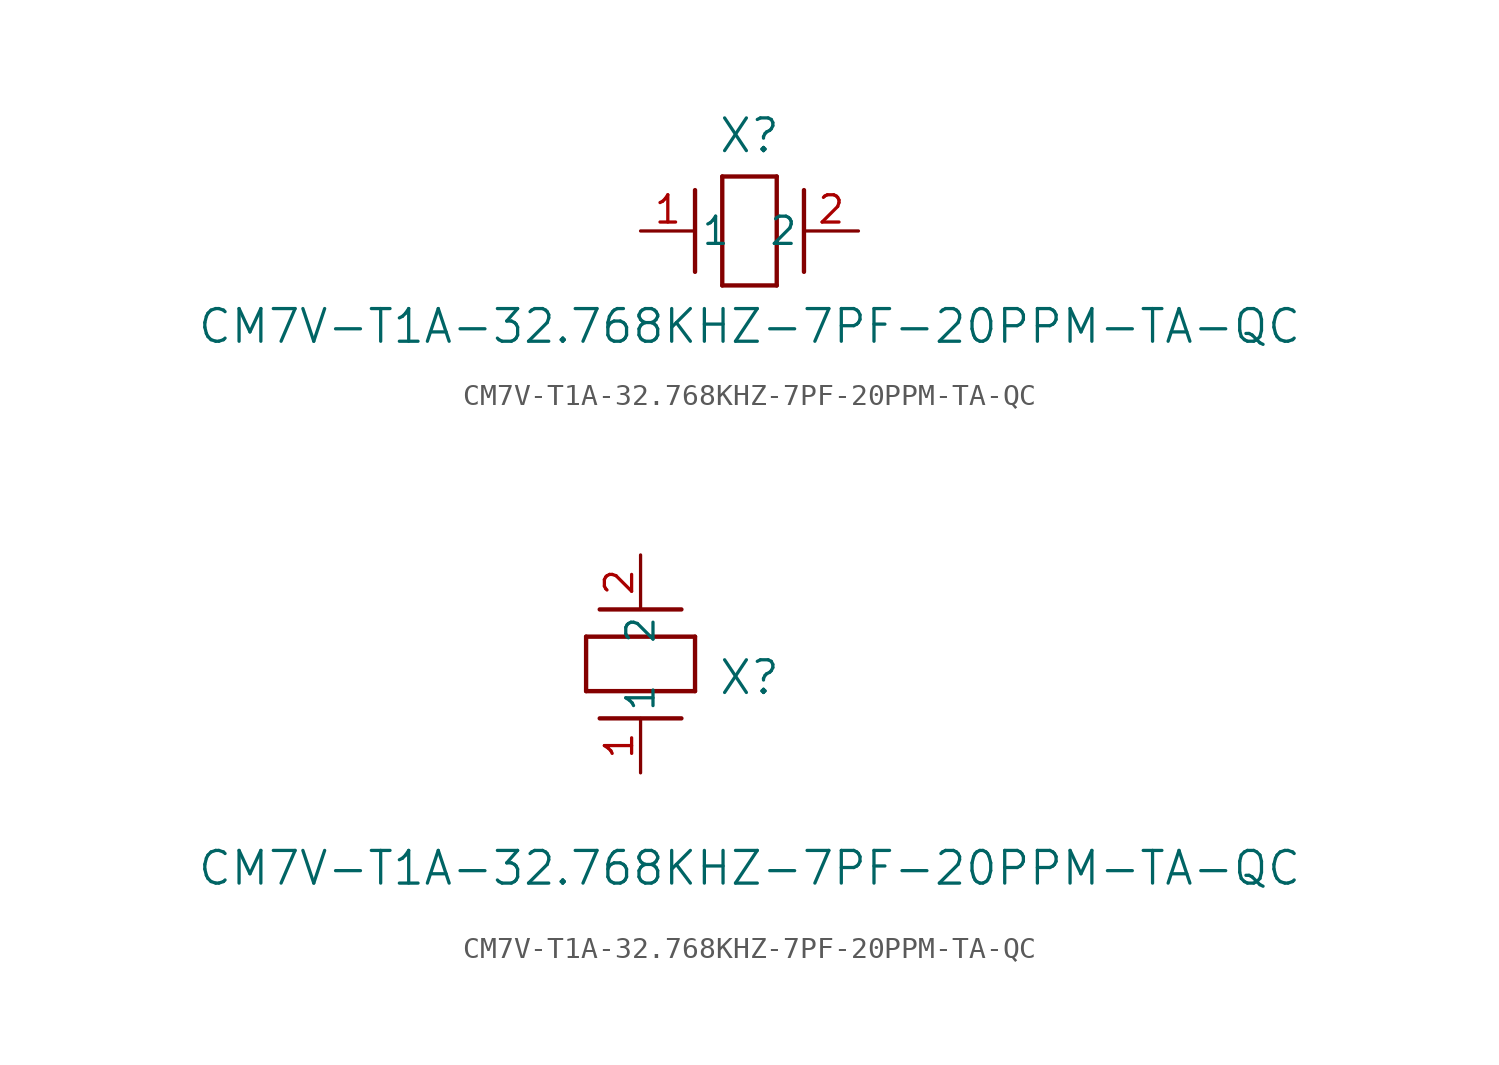
<source format=kicad_sym>
(kicad_symbol_lib
  (version 20211014)
  (generator kicad_symbol_editor)
  (symbol "CM7V-T1A-32.768KHZ-7PF-20PPM-TA-QC"
    (pin_names
      (offset 0.254))
    (property "Reference" "X"
      (at 5.08 4.445 0)
      (effects (font (size 1.524 1.524))))
    (property "Value" "CM7V-T1A-32.768KHZ-7PF-20PPM-TA-QC"
      (at 5.08 -4.445 0)
      (effects (font (size 1.524 1.524))))
    (symbol "CM7V-T1A-32.768KHZ-7PF-20PPM-TA-QC_1_1"
      (polyline (pts (xy 2.54 -1.905) (xy 2.54 1.905)) (stroke (width 0.203) (type default) (color 0 0 0 0)) (fill (type none)))
      (polyline (pts (xy 6.35 2.54) (xy 6.35 -2.54)) (stroke (width 0.203) (type default) (color 0 0 0 0)) (fill (type none)))
      (polyline (pts (xy 7.62 -1.905) (xy 7.62 1.905)) (stroke (width 0.203) (type default) (color 0 0 0 0)) (fill (type none)))
      (polyline (pts (xy 6.35 -2.54) (xy 3.81 -2.54)) (stroke (width 0.203) (type default) (color 0 0 0 0)) (fill (type none)))
      (polyline (pts (xy 3.81 2.54) (xy 6.35 2.54)) (stroke (width 0.203) (type default) (color 0 0 0 0)) (fill (type none)))
      (polyline (pts (xy 3.81 -2.54) (xy 3.81 2.54)) (stroke (width 0.203) (type default) (color 0 0 0 0)) (fill (type none)))
      (pin unspecified line (at 0 0 0) (length 2.54) (name "1" (effects (font (size 1.27 1.27)))) (number "1" (effects (font (size 1.27 1.27)))))
      (pin unspecified line (at 10.16 0 180) (length 2.54) (name "2" (effects (font (size 1.27 1.27)))) (number "2" (effects (font (size 1.27 1.27))))))
    (symbol "CM7V-T1A-32.768KHZ-7PF-20PPM-TA-QC_1_2"
      (polyline (pts (xy 1.905 7.62) (xy -1.905 7.62)) (stroke (width 0.203) (type default) (color 0 0 0 0)) (fill (type none)))
      (polyline (pts (xy -2.54 3.81) (xy -2.54 6.35)) (stroke (width 0.203) (type default) (color 0 0 0 0)) (fill (type none)))
      (polyline (pts (xy 1.905 2.54) (xy -1.905 2.54)) (stroke (width 0.203) (type default) (color 0 0 0 0)) (fill (type none)))
      (polyline (pts (xy 2.54 6.35) (xy 2.54 3.81)) (stroke (width 0.203) (type default) (color 0 0 0 0)) (fill (type none)))
      (polyline (pts (xy -2.54 6.35) (xy 2.54 6.35)) (stroke (width 0.203) (type default) (color 0 0 0 0)) (fill (type none)))
      (polyline (pts (xy 2.54 3.81) (xy -2.54 3.81)) (stroke (width 0.203) (type default) (color 0 0 0 0)) (fill (type none)))
      (pin unspecified line (at 0 0 90) (length 2.54) (name "1" (effects (font (size 1.27 1.27)))) (number "1" (effects (font (size 1.27 1.27)))))
      (pin unspecified line (at 0 10.16 270) (length 2.54) (name "2" (effects (font (size 1.27 1.27)))) (number "2" (effects (font (size 1.27 1.27))))))))
</source>
